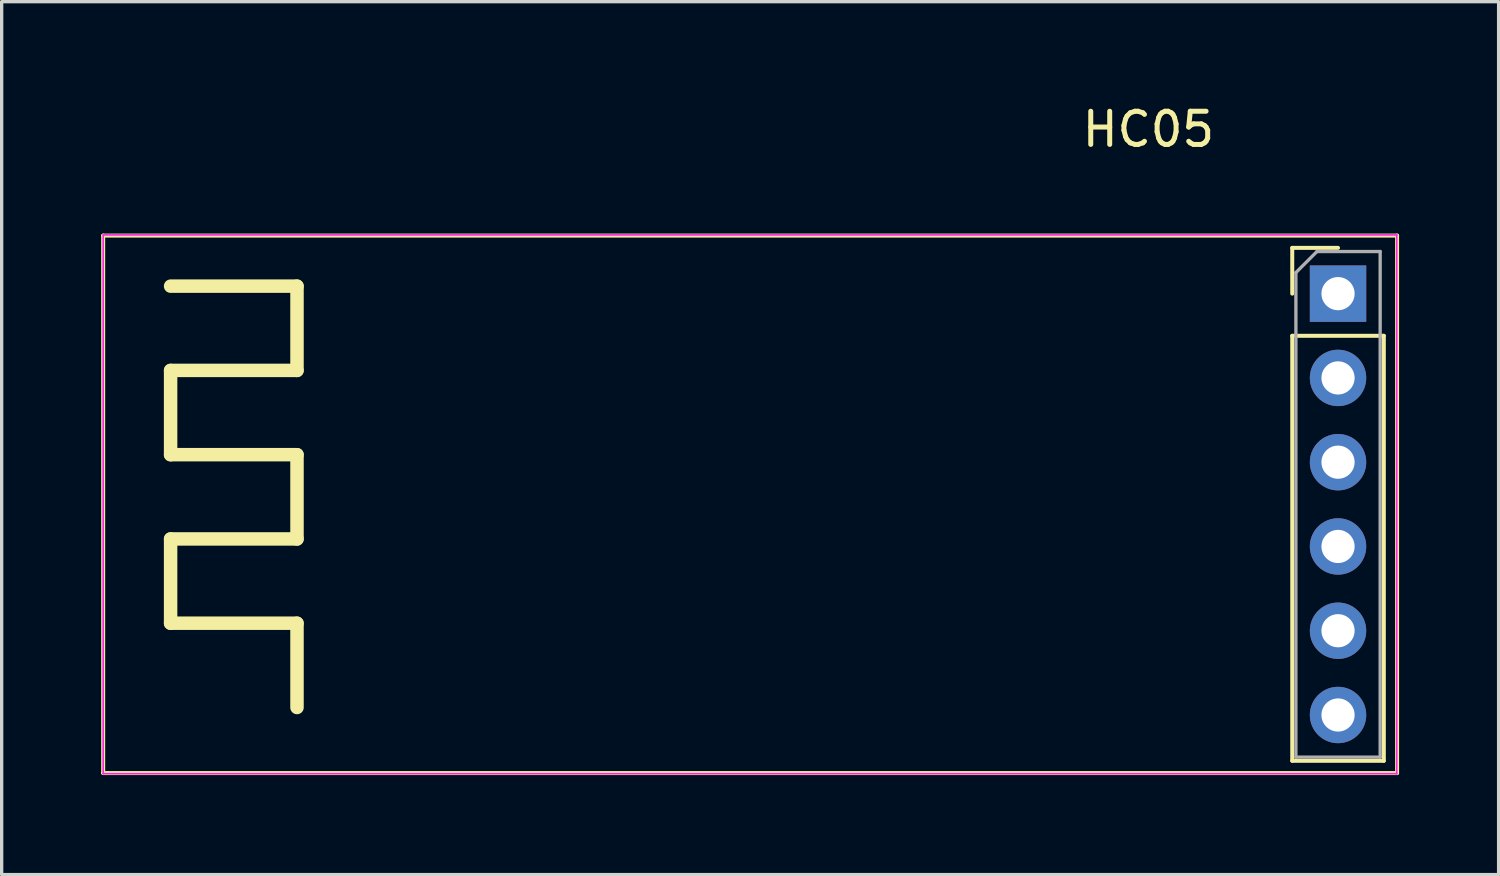
<source format=kicad_pcb>
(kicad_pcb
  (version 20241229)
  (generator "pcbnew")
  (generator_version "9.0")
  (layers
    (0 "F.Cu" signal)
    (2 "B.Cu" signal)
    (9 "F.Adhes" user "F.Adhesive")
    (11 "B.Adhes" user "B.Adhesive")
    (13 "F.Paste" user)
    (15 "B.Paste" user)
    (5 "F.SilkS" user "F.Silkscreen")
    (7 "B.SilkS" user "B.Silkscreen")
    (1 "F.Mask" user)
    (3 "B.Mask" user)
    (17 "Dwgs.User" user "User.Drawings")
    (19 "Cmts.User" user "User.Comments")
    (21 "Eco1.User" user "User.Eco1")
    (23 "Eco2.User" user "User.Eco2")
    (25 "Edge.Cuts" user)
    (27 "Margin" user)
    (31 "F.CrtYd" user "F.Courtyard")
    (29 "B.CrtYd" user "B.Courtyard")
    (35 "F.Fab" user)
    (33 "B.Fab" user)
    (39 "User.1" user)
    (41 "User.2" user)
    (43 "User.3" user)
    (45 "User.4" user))
  (footprint "HC05"
    (layer "F.Cu")
    (at 16.96 12.151)
    (property "Reference" "HC05" (at 14.605 -11.303 0) (layer "F.SilkS") (effects (font (size 1 1) (thickness 0.15))))
    (attr through_hole)
    (fp_line (start -16.9 -8.1) (end 22.1 -8.1) (stroke (width 0.12) (type solid)) (layer "F.SilkS"))
    (fp_line (start -16.9 8.1) (end -16.9 -8.1) (stroke (width 0.12) (type solid)) (layer "F.SilkS"))
    (fp_line (start -14.868 -6.576) (end -11.058 -6.576) (stroke (width 0.406) (type solid)) (layer "F.SilkS"))
    (fp_line (start -14.868 -4.036) (end -14.868 -1.496) (stroke (width 0.406) (type solid)) (layer "F.SilkS"))
    (fp_line (start -14.868 -1.496) (end -11.058 -1.496) (stroke (width 0.406) (type solid)) (layer "F.SilkS"))
    (fp_line (start -14.868 1.044) (end -14.868 3.584) (stroke (width 0.406) (type solid)) (layer "F.SilkS"))
    (fp_line (start -14.868 3.584) (end -11.058 3.584) (stroke (width 0.406) (type solid)) (layer "F.SilkS"))
    (fp_line (start -11.058 -6.576) (end -11.058 -4.036) (stroke (width 0.406) (type solid)) (layer "F.SilkS"))
    (fp_line (start -11.058 -4.036) (end -14.868 -4.036) (stroke (width 0.406) (type solid)) (layer "F.SilkS"))
    (fp_line (start -11.058 -1.496) (end -11.058 1.044) (stroke (width 0.406) (type solid)) (layer "F.SilkS"))
    (fp_line (start -11.058 1.044) (end -14.868 1.044) (stroke (width 0.406) (type solid)) (layer "F.SilkS"))
    (fp_line (start -11.058 3.584) (end -11.058 6.124) (stroke (width 0.406) (type solid)) (layer "F.SilkS"))
    (fp_line (start 18.94 -7.73) (end 20.32 -7.73) (stroke (width 0.12) (type solid)) (layer "F.SilkS"))
    (fp_line (start 18.94 -6.35) (end 18.94 -7.73) (stroke (width 0.12) (type solid)) (layer "F.SilkS"))
    (fp_line (start 18.94 -5.08) (end 18.94 7.73) (stroke (width 0.12) (type solid)) (layer "F.SilkS"))
    (fp_line (start 18.94 -5.08) (end 21.7 -5.08) (stroke (width 0.12) (type solid)) (layer "F.SilkS"))
    (fp_line (start 18.94 7.73) (end 21.7 7.73) (stroke (width 0.12) (type solid)) (layer "F.SilkS"))
    (fp_line (start 21.7 -5.08) (end 21.7 7.73) (stroke (width 0.12) (type solid)) (layer "F.SilkS"))
    (fp_line (start 22.1 -8.1) (end 22.1 8.1) (stroke (width 0.12) (type solid)) (layer "F.SilkS"))
    (fp_line (start 22.1 8.1) (end -16.9 8.1) (stroke (width 0.12) (type solid)) (layer "F.SilkS"))
    (fp_line (start -16.9 -8.12) (end -16.9 8.12) (stroke (width 0.05) (type solid)) (layer "F.CrtYd"))
    (fp_line (start -16.9 8.12) (end 22.09 8.12) (stroke (width 0.05) (type solid)) (layer "F.CrtYd"))
    (fp_line (start 22.09 -8.12) (end -16.9 -8.12) (stroke (width 0.05) (type solid)) (layer "F.CrtYd"))
    (fp_line (start 22.09 8.12) (end 22.09 -8.12) (stroke (width 0.05) (type solid)) (layer "F.CrtYd"))
    (fp_line (start 19.05 -6.985) (end 19.685 -7.62) (stroke (width 0.1) (type solid)) (layer "F.Fab"))
    (fp_line (start 19.05 7.62) (end 19.05 -6.985) (stroke (width 0.1) (type solid)) (layer "F.Fab"))
    (fp_line (start 19.685 -7.62) (end 21.59 -7.62) (stroke (width 0.1) (type solid)) (layer "F.Fab"))
    (fp_line (start 21.59 -7.62) (end 21.59 7.62) (stroke (width 0.1) (type solid)) (layer "F.Fab"))
    (fp_line (start 21.59 7.62) (end 19.05 7.62) (stroke (width 0.1) (type solid)) (layer "F.Fab"))
    (pad "EN" thru_hole rect (at 20.32 -6.35) (size 1.7 1.7) (drill 1) (layers "*.Cu" "*.Mask"))
    (pad "GND" thru_hole circle (at 20.32 -1.27) (size 1.7 1.7) (drill 1) (layers "*.Cu" "*.Mask"))
    (pad "RXD" thru_hole circle (at 20.32 3.81) (size 1.7 1.7) (drill 1) (layers "*.Cu" "*.Mask"))
    (pad "STATE" thru_hole circle (at 20.32 6.35) (size 1.7 1.7) (drill 1) (layers "*.Cu" "*.Mask"))
    (pad "TXD" thru_hole circle (at 20.32 1.27) (size 1.7 1.7) (drill 1) (layers "*.Cu" "*.Mask"))
    (pad "VCC" thru_hole circle (at 20.32 -3.81) (size 1.7 1.7) (drill 1) (layers "*.Cu" "*.Mask")))
  (gr_rect
    (start -3 -3)
    (end 42.12 23.311)
    (stroke (width 0.1) (type default))
    (fill no)
    (layer "Edge.Cuts")))
</source>
